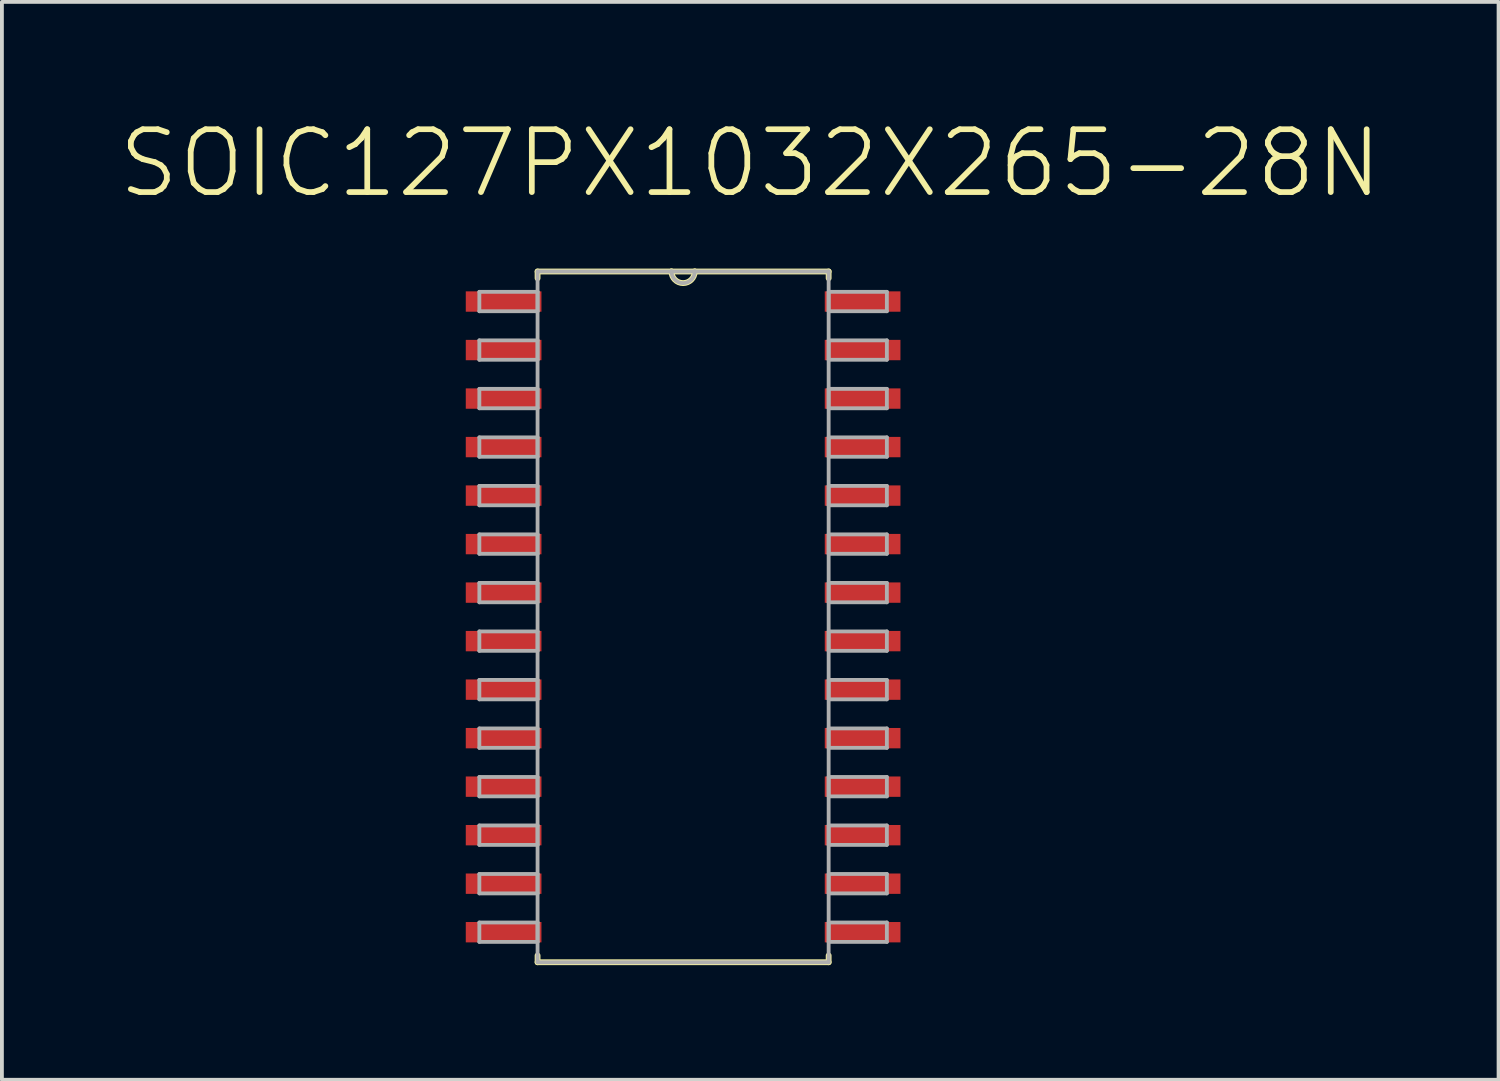
<source format=kicad_pcb>
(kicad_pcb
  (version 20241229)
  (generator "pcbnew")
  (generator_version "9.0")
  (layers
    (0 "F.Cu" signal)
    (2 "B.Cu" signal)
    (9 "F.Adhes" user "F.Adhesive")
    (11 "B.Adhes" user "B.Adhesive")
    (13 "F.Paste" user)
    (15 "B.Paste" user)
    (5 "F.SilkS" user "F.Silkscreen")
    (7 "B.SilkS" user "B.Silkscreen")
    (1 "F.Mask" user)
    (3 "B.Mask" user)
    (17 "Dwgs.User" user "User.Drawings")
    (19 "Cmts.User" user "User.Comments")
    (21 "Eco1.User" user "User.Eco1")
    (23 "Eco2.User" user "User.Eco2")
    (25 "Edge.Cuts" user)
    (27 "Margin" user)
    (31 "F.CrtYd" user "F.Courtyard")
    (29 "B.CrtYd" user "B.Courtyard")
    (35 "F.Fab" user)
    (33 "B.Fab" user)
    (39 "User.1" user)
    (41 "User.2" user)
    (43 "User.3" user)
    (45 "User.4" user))
  (footprint "SOIC127PX1032X265-28N"
    (layer "F.Cu")
    (at 14.833 13.099)
    (property "Reference" "SOIC127PX1032X265-28N" (at 1.758 -11.874 0) (layer "F.SilkS") (effects (font (size 1.645 1.645) (thickness 0.15))))
    (attr through_hole)
    (fp_line (start -3.81 -9.042) (end -3.81 -8.865) (stroke (width 0.152) (type solid)) (layer "F.SilkS"))
    (fp_line (start -3.81 8.865) (end -3.81 9.042) (stroke (width 0.152) (type solid)) (layer "F.SilkS"))
    (fp_line (start -3.81 9.042) (end 3.81 9.042) (stroke (width 0.152) (type solid)) (layer "F.SilkS"))
    (fp_line (start -0.305 -9.042) (end -3.81 -9.042) (stroke (width 0.152) (type solid)) (layer "F.SilkS"))
    (fp_line (start 0.305 -9.042) (end -0.305 -9.042) (stroke (width 0.152) (type solid)) (layer "F.SilkS"))
    (fp_line (start 3.81 -9.042) (end 0.305 -9.042) (stroke (width 0.152) (type solid)) (layer "F.SilkS"))
    (fp_line (start 3.81 -8.865) (end 3.81 -9.042) (stroke (width 0.152) (type solid)) (layer "F.SilkS"))
    (fp_line (start 3.81 9.042) (end 3.81 8.865) (stroke (width 0.152) (type solid)) (layer "F.SilkS"))
    (fp_arc (start 0.3048 -9.0424) (mid 0 -8.7376) (end -0.3048 -9.0424) (stroke (width 0.1524) (type solid)) (layer "F.SilkS"))
    (fp_line (start -5.334 -8.509) (end -5.334 -8.001) (stroke (width 0.1) (type solid)) (layer "F.Fab"))
    (fp_line (start -5.334 -8.001) (end -3.81 -8.001) (stroke (width 0.1) (type solid)) (layer "F.Fab"))
    (fp_line (start -5.334 -7.239) (end -5.334 -6.731) (stroke (width 0.1) (type solid)) (layer "F.Fab"))
    (fp_line (start -5.334 -6.731) (end -3.81 -6.731) (stroke (width 0.1) (type solid)) (layer "F.Fab"))
    (fp_line (start -5.334 -5.969) (end -5.334 -5.461) (stroke (width 0.1) (type solid)) (layer "F.Fab"))
    (fp_line (start -5.334 -5.461) (end -3.81 -5.461) (stroke (width 0.1) (type solid)) (layer "F.Fab"))
    (fp_line (start -5.334 -4.699) (end -5.334 -4.191) (stroke (width 0.1) (type solid)) (layer "F.Fab"))
    (fp_line (start -5.334 -4.191) (end -3.81 -4.191) (stroke (width 0.1) (type solid)) (layer "F.Fab"))
    (fp_line (start -5.334 -3.429) (end -5.334 -2.921) (stroke (width 0.1) (type solid)) (layer "F.Fab"))
    (fp_line (start -5.334 -2.921) (end -3.81 -2.921) (stroke (width 0.1) (type solid)) (layer "F.Fab"))
    (fp_line (start -5.334 -2.159) (end -5.334 -1.651) (stroke (width 0.1) (type solid)) (layer "F.Fab"))
    (fp_line (start -5.334 -1.651) (end -3.81 -1.651) (stroke (width 0.1) (type solid)) (layer "F.Fab"))
    (fp_line (start -5.334 -0.889) (end -5.334 -0.381) (stroke (width 0.1) (type solid)) (layer "F.Fab"))
    (fp_line (start -5.334 -0.381) (end -3.81 -0.381) (stroke (width 0.1) (type solid)) (layer "F.Fab"))
    (fp_line (start -5.334 0.381) (end -5.334 0.889) (stroke (width 0.1) (type solid)) (layer "F.Fab"))
    (fp_line (start -5.334 0.889) (end -3.81 0.889) (stroke (width 0.1) (type solid)) (layer "F.Fab"))
    (fp_line (start -5.334 1.651) (end -5.334 2.159) (stroke (width 0.1) (type solid)) (layer "F.Fab"))
    (fp_line (start -5.334 2.159) (end -3.81 2.159) (stroke (width 0.1) (type solid)) (layer "F.Fab"))
    (fp_line (start -5.334 2.921) (end -5.334 3.429) (stroke (width 0.1) (type solid)) (layer "F.Fab"))
    (fp_line (start -5.334 3.429) (end -3.81 3.429) (stroke (width 0.1) (type solid)) (layer "F.Fab"))
    (fp_line (start -5.334 4.191) (end -5.334 4.699) (stroke (width 0.1) (type solid)) (layer "F.Fab"))
    (fp_line (start -5.334 4.699) (end -3.81 4.699) (stroke (width 0.1) (type solid)) (layer "F.Fab"))
    (fp_line (start -5.334 5.461) (end -5.334 5.969) (stroke (width 0.1) (type solid)) (layer "F.Fab"))
    (fp_line (start -5.334 5.969) (end -3.81 5.969) (stroke (width 0.1) (type solid)) (layer "F.Fab"))
    (fp_line (start -5.334 6.731) (end -5.334 7.239) (stroke (width 0.1) (type solid)) (layer "F.Fab"))
    (fp_line (start -5.334 7.239) (end -3.81 7.239) (stroke (width 0.1) (type solid)) (layer "F.Fab"))
    (fp_line (start -5.334 8.001) (end -5.334 8.509) (stroke (width 0.1) (type solid)) (layer "F.Fab"))
    (fp_line (start -5.334 8.509) (end -3.81 8.509) (stroke (width 0.1) (type solid)) (layer "F.Fab"))
    (fp_line (start -3.81 -9.042) (end -3.81 9.042) (stroke (width 0.1) (type solid)) (layer "F.Fab"))
    (fp_line (start -3.81 -8.509) (end -5.334 -8.509) (stroke (width 0.1) (type solid)) (layer "F.Fab"))
    (fp_line (start -3.81 -8.001) (end -3.81 -8.509) (stroke (width 0.1) (type solid)) (layer "F.Fab"))
    (fp_line (start -3.81 -7.239) (end -5.334 -7.239) (stroke (width 0.1) (type solid)) (layer "F.Fab"))
    (fp_line (start -3.81 -6.731) (end -3.81 -7.239) (stroke (width 0.1) (type solid)) (layer "F.Fab"))
    (fp_line (start -3.81 -5.969) (end -5.334 -5.969) (stroke (width 0.1) (type solid)) (layer "F.Fab"))
    (fp_line (start -3.81 -5.461) (end -3.81 -5.969) (stroke (width 0.1) (type solid)) (layer "F.Fab"))
    (fp_line (start -3.81 -4.699) (end -5.334 -4.699) (stroke (width 0.1) (type solid)) (layer "F.Fab"))
    (fp_line (start -3.81 -4.191) (end -3.81 -4.699) (stroke (width 0.1) (type solid)) (layer "F.Fab"))
    (fp_line (start -3.81 -3.429) (end -5.334 -3.429) (stroke (width 0.1) (type solid)) (layer "F.Fab"))
    (fp_line (start -3.81 -2.921) (end -3.81 -3.429) (stroke (width 0.1) (type solid)) (layer "F.Fab"))
    (fp_line (start -3.81 -2.159) (end -5.334 -2.159) (stroke (width 0.1) (type solid)) (layer "F.Fab"))
    (fp_line (start -3.81 -1.651) (end -3.81 -2.159) (stroke (width 0.1) (type solid)) (layer "F.Fab"))
    (fp_line (start -3.81 -0.889) (end -5.334 -0.889) (stroke (width 0.1) (type solid)) (layer "F.Fab"))
    (fp_line (start -3.81 -0.381) (end -3.81 -0.889) (stroke (width 0.1) (type solid)) (layer "F.Fab"))
    (fp_line (start -3.81 0.381) (end -5.334 0.381) (stroke (width 0.1) (type solid)) (layer "F.Fab"))
    (fp_line (start -3.81 0.889) (end -3.81 0.381) (stroke (width 0.1) (type solid)) (layer "F.Fab"))
    (fp_line (start -3.81 1.651) (end -5.334 1.651) (stroke (width 0.1) (type solid)) (layer "F.Fab"))
    (fp_line (start -3.81 2.159) (end -3.81 1.651) (stroke (width 0.1) (type solid)) (layer "F.Fab"))
    (fp_line (start -3.81 2.921) (end -5.334 2.921) (stroke (width 0.1) (type solid)) (layer "F.Fab"))
    (fp_line (start -3.81 3.429) (end -3.81 2.921) (stroke (width 0.1) (type solid)) (layer "F.Fab"))
    (fp_line (start -3.81 4.191) (end -5.334 4.191) (stroke (width 0.1) (type solid)) (layer "F.Fab"))
    (fp_line (start -3.81 4.699) (end -3.81 4.191) (stroke (width 0.1) (type solid)) (layer "F.Fab"))
    (fp_line (start -3.81 5.461) (end -5.334 5.461) (stroke (width 0.1) (type solid)) (layer "F.Fab"))
    (fp_line (start -3.81 5.969) (end -3.81 5.461) (stroke (width 0.1) (type solid)) (layer "F.Fab"))
    (fp_line (start -3.81 6.731) (end -5.334 6.731) (stroke (width 0.1) (type solid)) (layer "F.Fab"))
    (fp_line (start -3.81 7.239) (end -3.81 6.731) (stroke (width 0.1) (type solid)) (layer "F.Fab"))
    (fp_line (start -3.81 8.001) (end -5.334 8.001) (stroke (width 0.1) (type solid)) (layer "F.Fab"))
    (fp_line (start -3.81 8.509) (end -3.81 8.001) (stroke (width 0.1) (type solid)) (layer "F.Fab"))
    (fp_line (start -3.81 9.042) (end 3.81 9.042) (stroke (width 0.1) (type solid)) (layer "F.Fab"))
    (fp_line (start -0.305 -9.042) (end -3.81 -9.042) (stroke (width 0.1) (type solid)) (layer "F.Fab"))
    (fp_line (start 0.305 -9.042) (end -0.305 -9.042) (stroke (width 0.1) (type solid)) (layer "F.Fab"))
    (fp_line (start 3.81 -9.042) (end 0.305 -9.042) (stroke (width 0.1) (type solid)) (layer "F.Fab"))
    (fp_line (start 3.81 -8.509) (end 3.81 -8.001) (stroke (width 0.1) (type solid)) (layer "F.Fab"))
    (fp_line (start 3.81 -8.001) (end 5.334 -8.001) (stroke (width 0.1) (type solid)) (layer "F.Fab"))
    (fp_line (start 3.81 -7.239) (end 3.81 -6.731) (stroke (width 0.1) (type solid)) (layer "F.Fab"))
    (fp_line (start 3.81 -6.731) (end 5.334 -6.731) (stroke (width 0.1) (type solid)) (layer "F.Fab"))
    (fp_line (start 3.81 -5.969) (end 3.81 -5.461) (stroke (width 0.1) (type solid)) (layer "F.Fab"))
    (fp_line (start 3.81 -5.461) (end 5.334 -5.461) (stroke (width 0.1) (type solid)) (layer "F.Fab"))
    (fp_line (start 3.81 -4.699) (end 3.81 -4.191) (stroke (width 0.1) (type solid)) (layer "F.Fab"))
    (fp_line (start 3.81 -4.191) (end 5.334 -4.191) (stroke (width 0.1) (type solid)) (layer "F.Fab"))
    (fp_line (start 3.81 -3.429) (end 3.81 -2.921) (stroke (width 0.1) (type solid)) (layer "F.Fab"))
    (fp_line (start 3.81 -2.921) (end 5.334 -2.921) (stroke (width 0.1) (type solid)) (layer "F.Fab"))
    (fp_line (start 3.81 -2.159) (end 3.81 -1.651) (stroke (width 0.1) (type solid)) (layer "F.Fab"))
    (fp_line (start 3.81 -1.651) (end 5.334 -1.651) (stroke (width 0.1) (type solid)) (layer "F.Fab"))
    (fp_line (start 3.81 -0.889) (end 3.81 -0.381) (stroke (width 0.1) (type solid)) (layer "F.Fab"))
    (fp_line (start 3.81 -0.381) (end 5.334 -0.381) (stroke (width 0.1) (type solid)) (layer "F.Fab"))
    (fp_line (start 3.81 0.381) (end 3.81 0.889) (stroke (width 0.1) (type solid)) (layer "F.Fab"))
    (fp_line (start 3.81 0.889) (end 5.334 0.889) (stroke (width 0.1) (type solid)) (layer "F.Fab"))
    (fp_line (start 3.81 1.651) (end 3.81 2.159) (stroke (width 0.1) (type solid)) (layer "F.Fab"))
    (fp_line (start 3.81 2.159) (end 5.334 2.159) (stroke (width 0.1) (type solid)) (layer "F.Fab"))
    (fp_line (start 3.81 2.921) (end 3.81 3.429) (stroke (width 0.1) (type solid)) (layer "F.Fab"))
    (fp_line (start 3.81 3.429) (end 5.334 3.429) (stroke (width 0.1) (type solid)) (layer "F.Fab"))
    (fp_line (start 3.81 4.191) (end 3.81 4.699) (stroke (width 0.1) (type solid)) (layer "F.Fab"))
    (fp_line (start 3.81 4.699) (end 5.334 4.699) (stroke (width 0.1) (type solid)) (layer "F.Fab"))
    (fp_line (start 3.81 5.461) (end 3.81 5.969) (stroke (width 0.1) (type solid)) (layer "F.Fab"))
    (fp_line (start 3.81 5.969) (end 5.334 5.969) (stroke (width 0.1) (type solid)) (layer "F.Fab"))
    (fp_line (start 3.81 6.731) (end 3.81 7.239) (stroke (width 0.1) (type solid)) (layer "F.Fab"))
    (fp_line (start 3.81 7.239) (end 5.334 7.239) (stroke (width 0.1) (type solid)) (layer "F.Fab"))
    (fp_line (start 3.81 8.001) (end 3.81 8.509) (stroke (width 0.1) (type solid)) (layer "F.Fab"))
    (fp_line (start 3.81 8.509) (end 5.334 8.509) (stroke (width 0.1) (type solid)) (layer "F.Fab"))
    (fp_line (start 3.81 9.042) (end 3.81 -9.042) (stroke (width 0.1) (type solid)) (layer "F.Fab"))
    (fp_line (start 5.334 -8.509) (end 3.81 -8.509) (stroke (width 0.1) (type solid)) (layer "F.Fab"))
    (fp_line (start 5.334 -8.001) (end 5.334 -8.509) (stroke (width 0.1) (type solid)) (layer "F.Fab"))
    (fp_line (start 5.334 -7.239) (end 3.81 -7.239) (stroke (width 0.1) (type solid)) (layer "F.Fab"))
    (fp_line (start 5.334 -6.731) (end 5.334 -7.239) (stroke (width 0.1) (type solid)) (layer "F.Fab"))
    (fp_line (start 5.334 -5.969) (end 3.81 -5.969) (stroke (width 0.1) (type solid)) (layer "F.Fab"))
    (fp_line (start 5.334 -5.461) (end 5.334 -5.969) (stroke (width 0.1) (type solid)) (layer "F.Fab"))
    (fp_line (start 5.334 -4.699) (end 3.81 -4.699) (stroke (width 0.1) (type solid)) (layer "F.Fab"))
    (fp_line (start 5.334 -4.191) (end 5.334 -4.699) (stroke (width 0.1) (type solid)) (layer "F.Fab"))
    (fp_line (start 5.334 -3.429) (end 3.81 -3.429) (stroke (width 0.1) (type solid)) (layer "F.Fab"))
    (fp_line (start 5.334 -2.921) (end 5.334 -3.429) (stroke (width 0.1) (type solid)) (layer "F.Fab"))
    (fp_line (start 5.334 -2.159) (end 3.81 -2.159) (stroke (width 0.1) (type solid)) (layer "F.Fab"))
    (fp_line (start 5.334 -1.651) (end 5.334 -2.159) (stroke (width 0.1) (type solid)) (layer "F.Fab"))
    (fp_line (start 5.334 -0.889) (end 3.81 -0.889) (stroke (width 0.1) (type solid)) (layer "F.Fab"))
    (fp_line (start 5.334 -0.381) (end 5.334 -0.889) (stroke (width 0.1) (type solid)) (layer "F.Fab"))
    (fp_line (start 5.334 0.381) (end 3.81 0.381) (stroke (width 0.1) (type solid)) (layer "F.Fab"))
    (fp_line (start 5.334 0.889) (end 5.334 0.381) (stroke (width 0.1) (type solid)) (layer "F.Fab"))
    (fp_line (start 5.334 1.651) (end 3.81 1.651) (stroke (width 0.1) (type solid)) (layer "F.Fab"))
    (fp_line (start 5.334 2.159) (end 5.334 1.651) (stroke (width 0.1) (type solid)) (layer "F.Fab"))
    (fp_line (start 5.334 2.921) (end 3.81 2.921) (stroke (width 0.1) (type solid)) (layer "F.Fab"))
    (fp_line (start 5.334 3.429) (end 5.334 2.921) (stroke (width 0.1) (type solid)) (layer "F.Fab"))
    (fp_line (start 5.334 4.191) (end 3.81 4.191) (stroke (width 0.1) (type solid)) (layer "F.Fab"))
    (fp_line (start 5.334 4.699) (end 5.334 4.191) (stroke (width 0.1) (type solid)) (layer "F.Fab"))
    (fp_line (start 5.334 5.461) (end 3.81 5.461) (stroke (width 0.1) (type solid)) (layer "F.Fab"))
    (fp_line (start 5.334 5.969) (end 5.334 5.461) (stroke (width 0.1) (type solid)) (layer "F.Fab"))
    (fp_line (start 5.334 6.731) (end 3.81 6.731) (stroke (width 0.1) (type solid)) (layer "F.Fab"))
    (fp_line (start 5.334 7.239) (end 5.334 6.731) (stroke (width 0.1) (type solid)) (layer "F.Fab"))
    (fp_line (start 5.334 8.001) (end 3.81 8.001) (stroke (width 0.1) (type solid)) (layer "F.Fab"))
    (fp_line (start 5.334 8.509) (end 5.334 8.001) (stroke (width 0.1) (type solid)) (layer "F.Fab"))
    (fp_arc (start 0.3048 -9.0424) (mid 0 -8.7376) (end -0.3048 -9.0424) (stroke (width 0.1) (type solid)) (layer "F.Fab"))
    (pad "1" smd rect (at -4.699 -8.255) (size 1.981 0.533) (layers "F.Cu" "F.Mask" "F.Paste"))
    (pad "2" smd rect (at -4.699 -6.985) (size 1.981 0.533) (layers "F.Cu" "F.Mask" "F.Paste"))
    (pad "3" smd rect (at -4.699 -5.715) (size 1.981 0.533) (layers "F.Cu" "F.Mask" "F.Paste"))
    (pad "4" smd rect (at -4.699 -4.445) (size 1.981 0.533) (layers "F.Cu" "F.Mask" "F.Paste"))
    (pad "5" smd rect (at -4.699 -3.175) (size 1.981 0.533) (layers "F.Cu" "F.Mask" "F.Paste"))
    (pad "6" smd rect (at -4.699 -1.905) (size 1.981 0.533) (layers "F.Cu" "F.Mask" "F.Paste"))
    (pad "7" smd rect (at -4.699 -0.635) (size 1.981 0.533) (layers "F.Cu" "F.Mask" "F.Paste"))
    (pad "8" smd rect (at -4.699 0.635) (size 1.981 0.533) (layers "F.Cu" "F.Mask" "F.Paste"))
    (pad "9" smd rect (at -4.699 1.905) (size 1.981 0.533) (layers "F.Cu" "F.Mask" "F.Paste"))
    (pad "10" smd rect (at -4.699 3.175) (size 1.981 0.533) (layers "F.Cu" "F.Mask" "F.Paste"))
    (pad "11" smd rect (at -4.699 4.445) (size 1.981 0.533) (layers "F.Cu" "F.Mask" "F.Paste"))
    (pad "12" smd rect (at -4.699 5.715) (size 1.981 0.533) (layers "F.Cu" "F.Mask" "F.Paste"))
    (pad "13" smd rect (at -4.699 6.985) (size 1.981 0.533) (layers "F.Cu" "F.Mask" "F.Paste"))
    (pad "14" smd rect (at -4.699 8.255) (size 1.981 0.533) (layers "F.Cu" "F.Mask" "F.Paste"))
    (pad "15" smd rect (at 4.699 8.255) (size 1.981 0.533) (layers "F.Cu" "F.Mask" "F.Paste"))
    (pad "16" smd rect (at 4.699 6.985) (size 1.981 0.533) (layers "F.Cu" "F.Mask" "F.Paste"))
    (pad "17" smd rect (at 4.699 5.715) (size 1.981 0.533) (layers "F.Cu" "F.Mask" "F.Paste"))
    (pad "18" smd rect (at 4.699 4.445) (size 1.981 0.533) (layers "F.Cu" "F.Mask" "F.Paste"))
    (pad "19" smd rect (at 4.699 3.175) (size 1.981 0.533) (layers "F.Cu" "F.Mask" "F.Paste"))
    (pad "20" smd rect (at 4.699 1.905) (size 1.981 0.533) (layers "F.Cu" "F.Mask" "F.Paste"))
    (pad "21" smd rect (at 4.699 0.635) (size 1.981 0.533) (layers "F.Cu" "F.Mask" "F.Paste"))
    (pad "22" smd rect (at 4.699 -0.635) (size 1.981 0.533) (layers "F.Cu" "F.Mask" "F.Paste"))
    (pad "23" smd rect (at 4.699 -1.905) (size 1.981 0.533) (layers "F.Cu" "F.Mask" "F.Paste"))
    (pad "24" smd rect (at 4.699 -3.175) (size 1.981 0.533) (layers "F.Cu" "F.Mask" "F.Paste"))
    (pad "25" smd rect (at 4.699 -4.445) (size 1.981 0.533) (layers "F.Cu" "F.Mask" "F.Paste"))
    (pad "26" smd rect (at 4.699 -5.715) (size 1.981 0.533) (layers "F.Cu" "F.Mask" "F.Paste"))
    (pad "27" smd rect (at 4.699 -6.985) (size 1.981 0.533) (layers "F.Cu" "F.Mask" "F.Paste"))
    (pad "28" smd rect (at 4.699 -8.255) (size 1.981 0.533) (layers "F.Cu" "F.Mask" "F.Paste")))
  (gr_rect
    (start -3 -3)
    (end 36.181 25.218)
    (stroke (width 0.1) (type default))
    (fill no)
    (layer "Edge.Cuts")))
</source>
